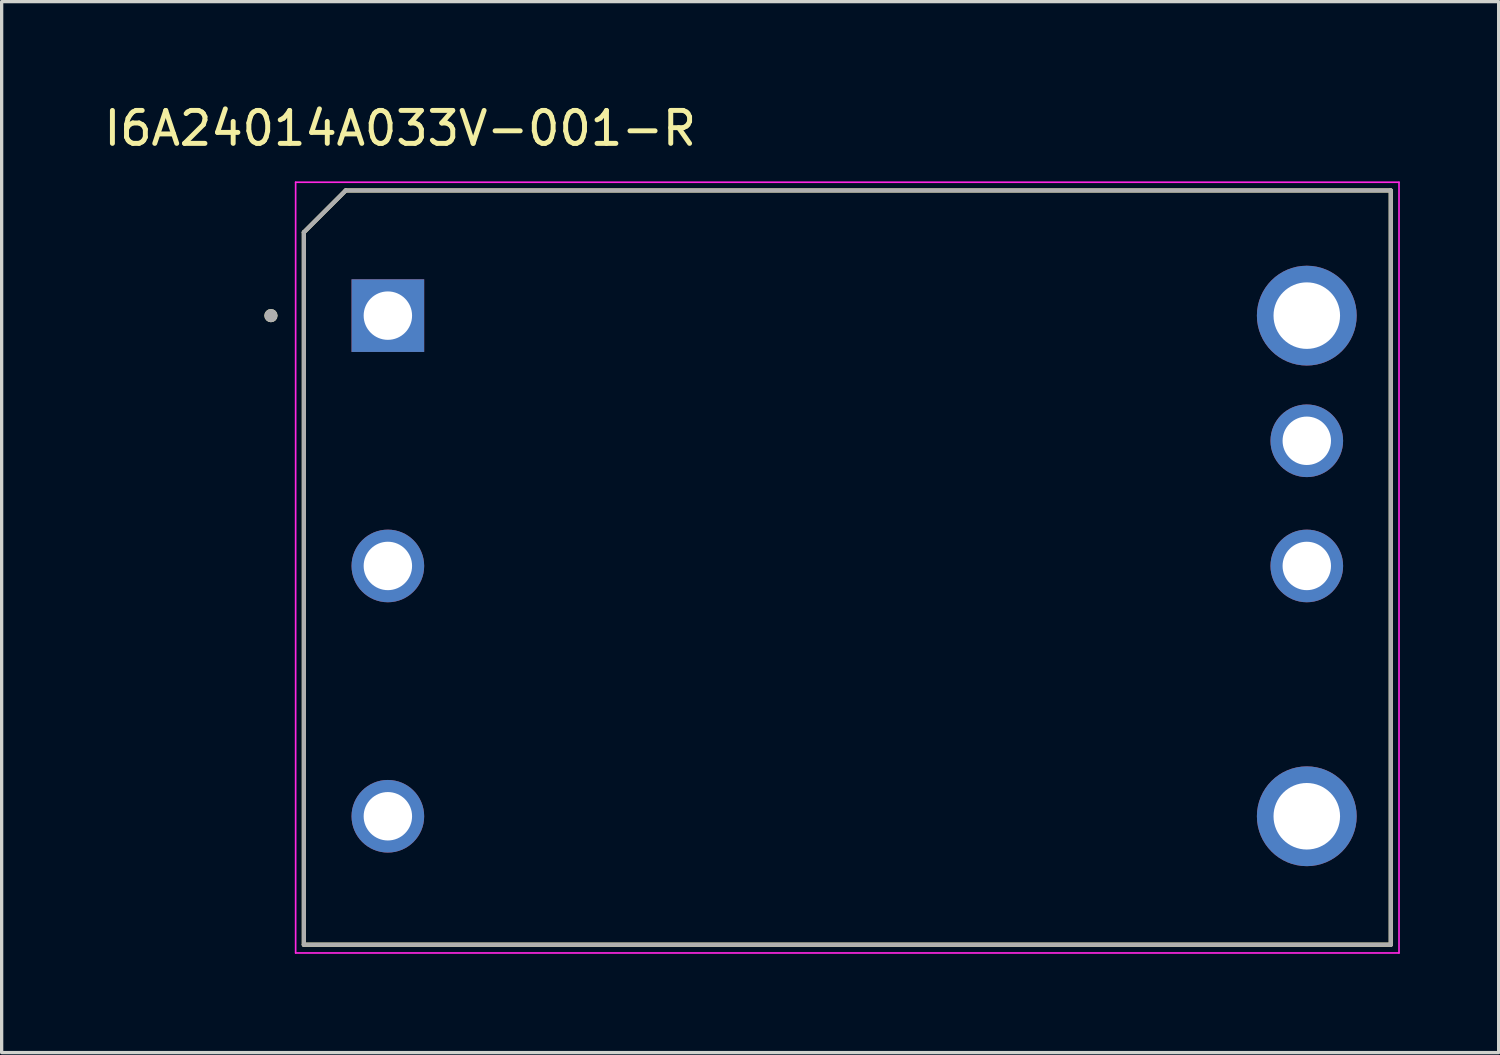
<source format=kicad_pcb>
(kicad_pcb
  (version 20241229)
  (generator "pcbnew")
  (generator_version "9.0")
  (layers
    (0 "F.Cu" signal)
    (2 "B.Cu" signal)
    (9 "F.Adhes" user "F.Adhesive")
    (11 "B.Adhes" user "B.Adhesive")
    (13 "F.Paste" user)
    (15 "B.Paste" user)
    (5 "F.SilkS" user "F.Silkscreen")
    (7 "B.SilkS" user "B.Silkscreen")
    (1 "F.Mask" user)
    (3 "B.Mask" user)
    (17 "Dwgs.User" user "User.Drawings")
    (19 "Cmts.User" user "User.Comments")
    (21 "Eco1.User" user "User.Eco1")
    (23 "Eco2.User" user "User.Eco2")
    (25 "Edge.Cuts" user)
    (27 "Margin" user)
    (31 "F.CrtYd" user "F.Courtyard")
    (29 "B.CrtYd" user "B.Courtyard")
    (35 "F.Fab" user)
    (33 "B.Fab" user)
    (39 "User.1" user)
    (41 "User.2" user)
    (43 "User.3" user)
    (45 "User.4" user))
  (footprint "I6A24014A033V-001-R"
    (layer "F.Cu")
    (at 22.676 14.183)
    (property "Reference" "I6A24014A033V-001-R" (at -13.575 -13.335 0) (layer "F.SilkS") (effects (font (size 1 1) (thickness 0.15))))
    (attr through_hole)
    (fp_line (start -16.5 -10.18) (end -15.23 -11.45) (stroke (width 0.127) (type solid)) (layer "F.SilkS"))
    (fp_line (start -16.5 11.45) (end -16.5 -10.18) (stroke (width 0.127) (type solid)) (layer "F.SilkS"))
    (fp_line (start -15.23 -11.45) (end 16.5 -11.45) (stroke (width 0.127) (type solid)) (layer "F.SilkS"))
    (fp_line (start 16.5 -11.45) (end 16.5 11.45) (stroke (width 0.127) (type solid)) (layer "F.SilkS"))
    (fp_line (start 16.5 11.45) (end -16.5 11.45) (stroke (width 0.127) (type solid)) (layer "F.SilkS"))
    (fp_circle (center -17.5 -7.65) (end -17.4 -7.65) (stroke (width 0.2) (type solid)) (fill no) (layer "F.SilkS"))
    (fp_line (start -16.75 -11.7) (end -16.75 11.7) (stroke (width 0.05) (type solid)) (layer "F.CrtYd"))
    (fp_line (start -16.75 11.7) (end 16.75 11.7) (stroke (width 0.05) (type solid)) (layer "F.CrtYd"))
    (fp_line (start 16.75 -11.7) (end -16.75 -11.7) (stroke (width 0.05) (type solid)) (layer "F.CrtYd"))
    (fp_line (start 16.75 11.7) (end 16.75 -11.7) (stroke (width 0.05) (type solid)) (layer "F.CrtYd"))
    (fp_line (start -16.5 -10.18) (end -15.23 -11.45) (stroke (width 0.127) (type solid)) (layer "F.Fab"))
    (fp_line (start -16.5 11.45) (end -16.5 -10.18) (stroke (width 0.127) (type solid)) (layer "F.Fab"))
    (fp_line (start -15.23 -11.45) (end 16.5 -11.45) (stroke (width 0.127) (type solid)) (layer "F.Fab"))
    (fp_line (start 16.5 -11.45) (end 16.5 11.45) (stroke (width 0.127) (type solid)) (layer "F.Fab"))
    (fp_line (start 16.5 11.45) (end -16.5 11.45) (stroke (width 0.127) (type solid)) (layer "F.Fab"))
    (fp_circle (center -17.5 -7.65) (end -17.4 -7.65) (stroke (width 0.2) (type solid)) (fill no) (layer "F.Fab"))
    (pad "1" thru_hole rect (at -13.95 -7.65) (size 2.205 2.205) (drill 1.47) (layers "*.Cu" "*.Mask"))
    (pad "2" thru_hole circle (at -13.95 -0.05) (size 2.205 2.205) (drill 1.47) (layers "*.Cu" "*.Mask"))
    (pad "3" thru_hole circle (at -13.95 7.55) (size 2.205 2.205) (drill 1.47) (layers "*.Cu" "*.Mask"))
    (pad "4" thru_hole circle (at 13.95 7.55) (size 3.03 3.03) (drill 2.02) (layers "*.Cu" "*.Mask"))
    (pad "6" thru_hole circle (at 13.95 -0.05) (size 2.205 2.205) (drill 1.47) (layers "*.Cu" "*.Mask"))
    (pad "7" thru_hole circle (at 13.95 -3.85) (size 2.205 2.205) (drill 1.47) (layers "*.Cu" "*.Mask"))
    (pad "8" thru_hole circle (at 13.95 -7.65) (size 3.03 3.03) (drill 2.02) (layers "*.Cu" "*.Mask")))
  (gr_rect
    (start -3 -3)
    (end 42.451 28.908)
    (stroke (width 0.1) (type default))
    (fill no)
    (layer "Edge.Cuts")))
</source>
